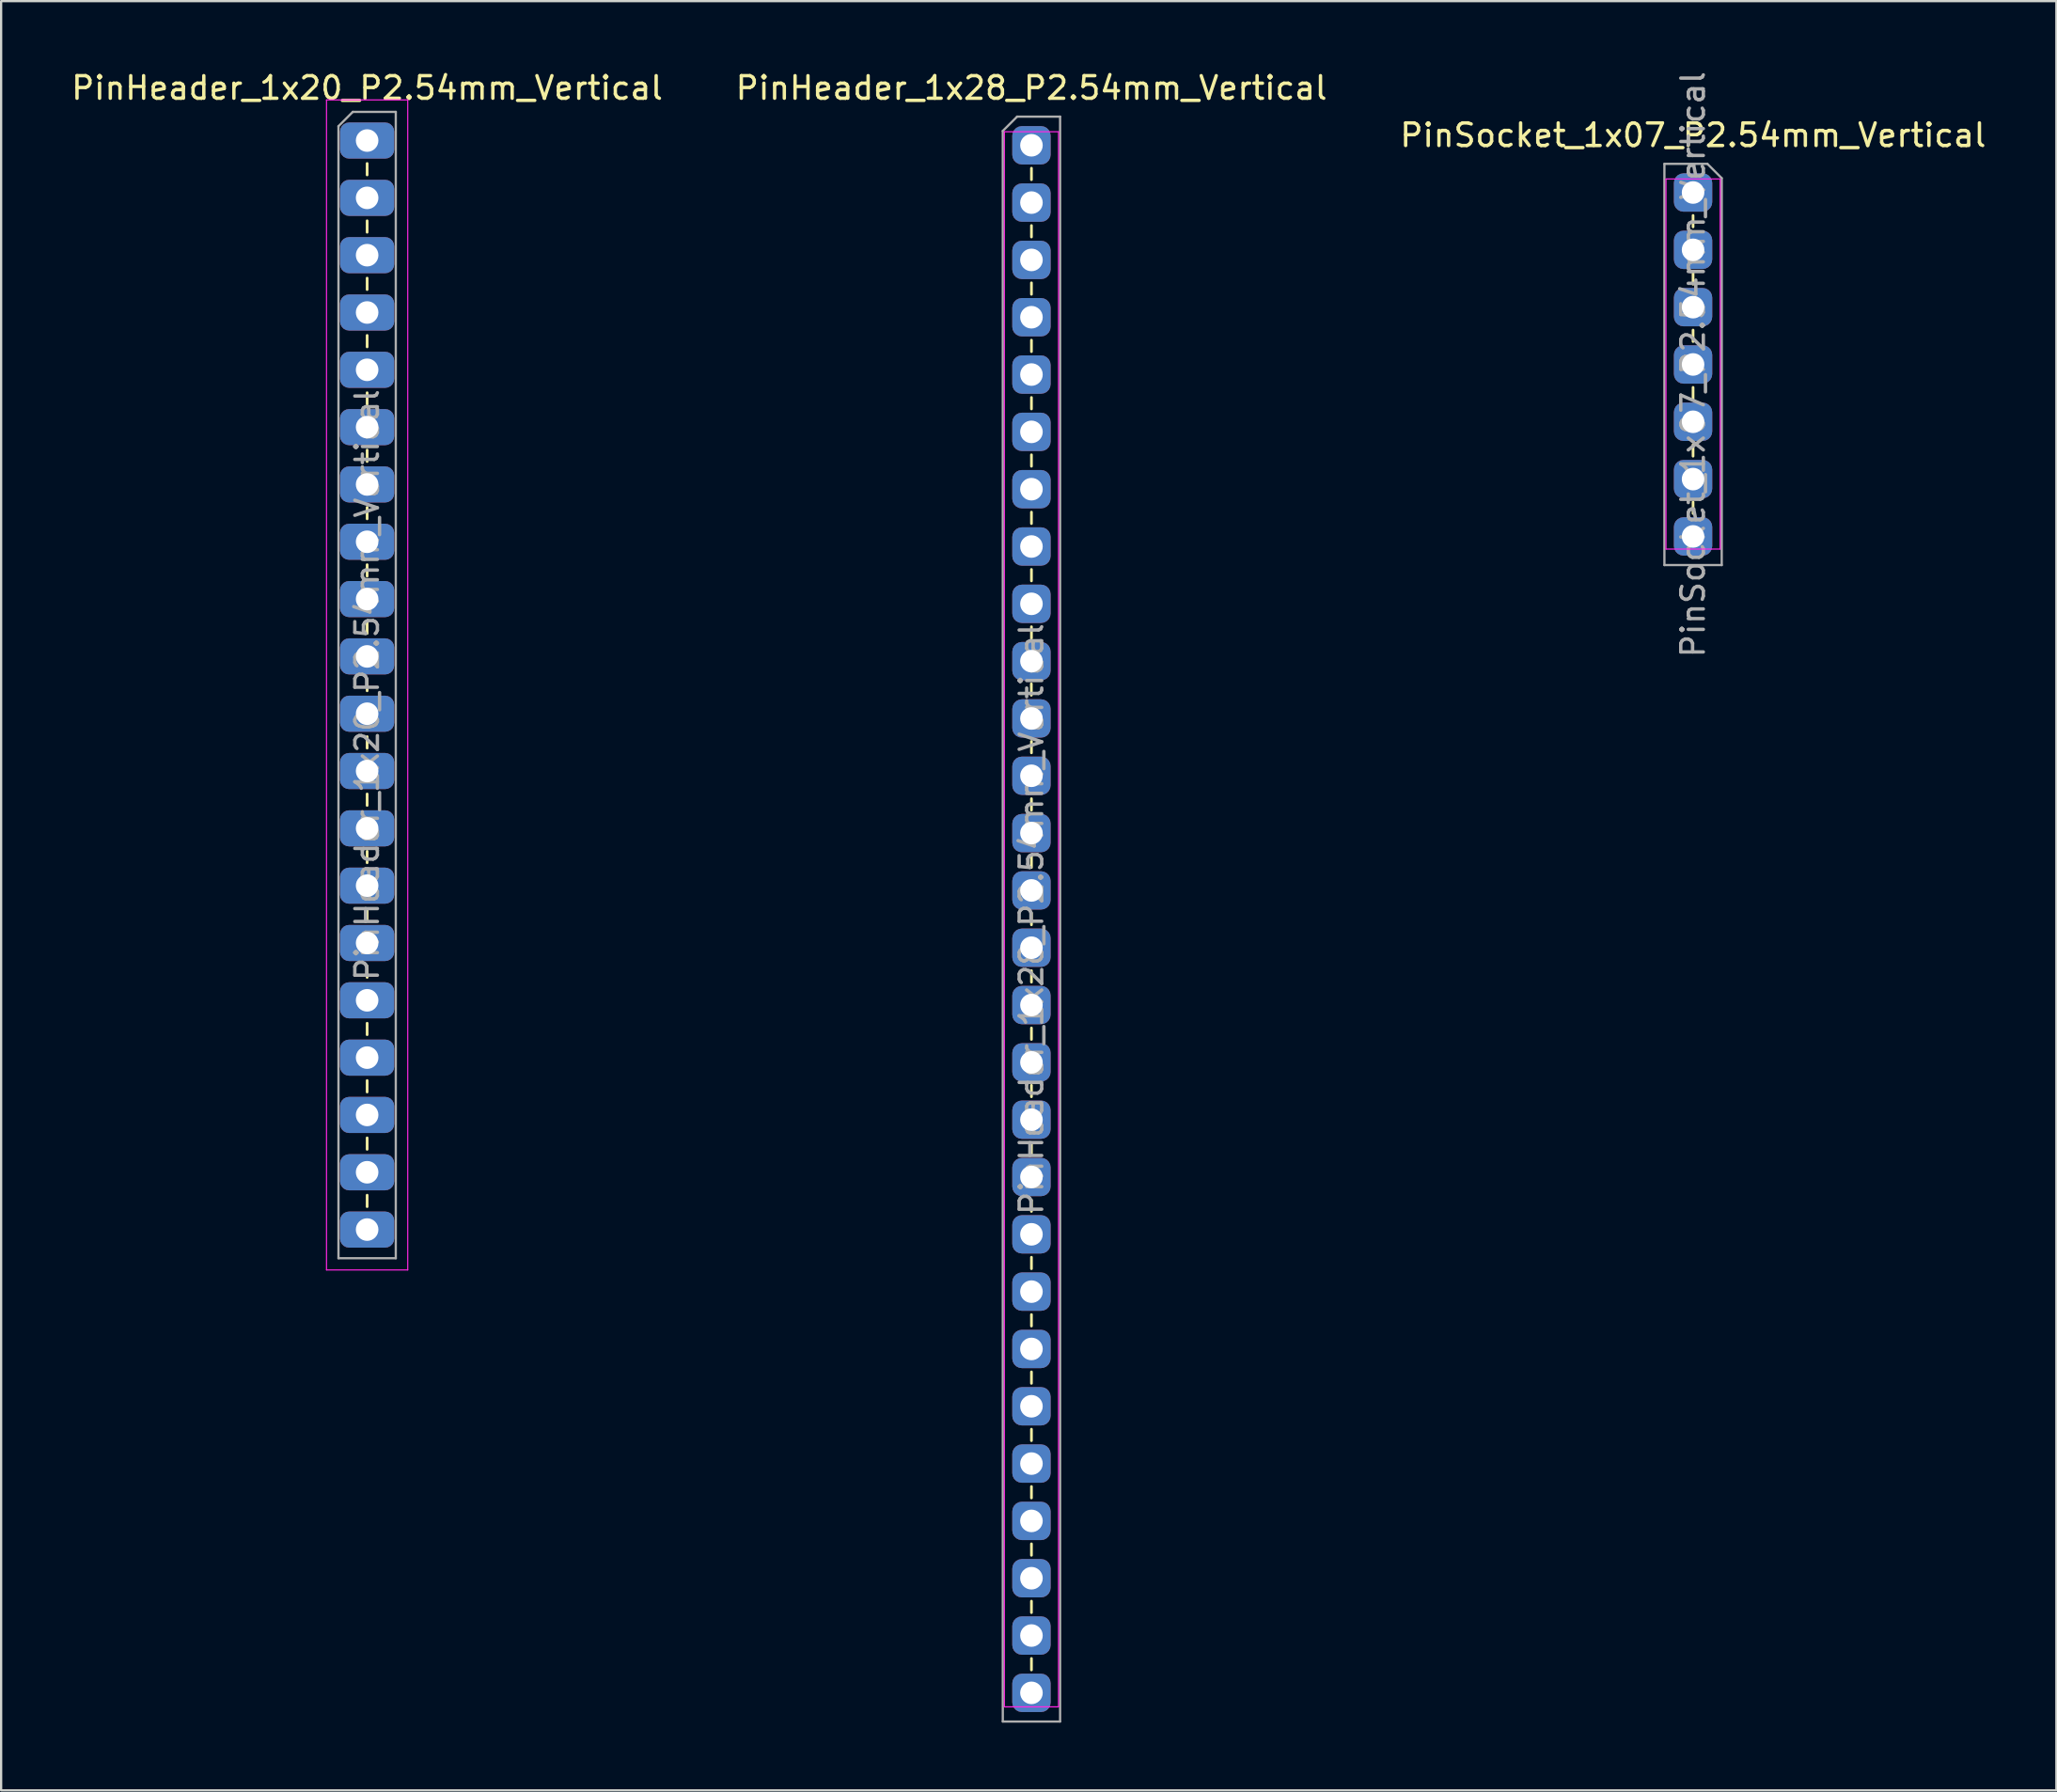
<source format=kicad_pcb>
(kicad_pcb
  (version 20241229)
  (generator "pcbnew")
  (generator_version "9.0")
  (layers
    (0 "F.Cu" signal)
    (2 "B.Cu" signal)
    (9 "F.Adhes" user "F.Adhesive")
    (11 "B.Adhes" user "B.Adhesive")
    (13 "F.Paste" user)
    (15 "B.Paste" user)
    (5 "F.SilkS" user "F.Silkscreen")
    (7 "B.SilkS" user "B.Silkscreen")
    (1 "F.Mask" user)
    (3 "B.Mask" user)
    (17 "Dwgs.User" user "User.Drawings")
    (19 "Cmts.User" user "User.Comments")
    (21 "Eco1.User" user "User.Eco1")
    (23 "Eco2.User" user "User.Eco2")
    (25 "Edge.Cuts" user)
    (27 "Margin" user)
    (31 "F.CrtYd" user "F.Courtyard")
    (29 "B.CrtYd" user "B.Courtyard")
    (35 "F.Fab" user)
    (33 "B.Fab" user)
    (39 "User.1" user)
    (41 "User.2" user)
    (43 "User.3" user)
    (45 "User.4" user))
  (footprint "PinHeader_1x28_P2.54mm_Vertical"
    (layer "F.Cu")
    (at 42.661 3.388)
    (property "Reference" "PinHeader_1x28_P2.54mm_Vertical" (at 0 -2.54 180) (layer "F.SilkS") (effects (font (size 1 1) (thickness 0.15))))
    (attr through_hole)
    (fp_line (start -0.005 23.864) (end -0.005 24.372) (stroke (width 0.12) (type solid)) (layer "F.SilkS"))
    (fp_line (start 0 1.016) (end 0 1.524) (stroke (width 0.12) (type solid)) (layer "F.SilkS"))
    (fp_line (start 0 3.556) (end 0 4.064) (stroke (width 0.12) (type solid)) (layer "F.SilkS"))
    (fp_line (start 0 6.096) (end 0 6.604) (stroke (width 0.12) (type solid)) (layer "F.SilkS"))
    (fp_line (start 0 8.636) (end 0 9.144) (stroke (width 0.12) (type solid)) (layer "F.SilkS"))
    (fp_line (start 0 11.176) (end 0 11.684) (stroke (width 0.12) (type solid)) (layer "F.SilkS"))
    (fp_line (start 0 13.716) (end 0 14.224) (stroke (width 0.12) (type solid)) (layer "F.SilkS"))
    (fp_line (start 0 16.256) (end 0 16.764) (stroke (width 0.12) (type solid)) (layer "F.SilkS"))
    (fp_line (start 0 18.796) (end 0 19.304) (stroke (width 0.12) (type solid)) (layer "F.SilkS"))
    (fp_line (start 0 21.336) (end 0 21.844) (stroke (width 0.12) (type solid)) (layer "F.SilkS"))
    (fp_line (start 0 26.416) (end 0 26.924) (stroke (width 0.12) (type solid)) (layer "F.SilkS"))
    (fp_line (start 0 28.956) (end 0 29.464) (stroke (width 0.12) (type solid)) (layer "F.SilkS"))
    (fp_line (start 0 31.496) (end 0 32.004) (stroke (width 0.12) (type solid)) (layer "F.SilkS"))
    (fp_line (start 0 34.036) (end 0 34.544) (stroke (width 0.12) (type solid)) (layer "F.SilkS"))
    (fp_line (start 0 36.576) (end 0 37.084) (stroke (width 0.12) (type solid)) (layer "F.SilkS"))
    (fp_line (start 0 39.116) (end 0 39.624) (stroke (width 0.12) (type solid)) (layer "F.SilkS"))
    (fp_line (start 0 41.656) (end 0 42.164) (stroke (width 0.12) (type solid)) (layer "F.SilkS"))
    (fp_line (start 0 44.196) (end 0 44.704) (stroke (width 0.12) (type solid)) (layer "F.SilkS"))
    (fp_line (start 0 46.736) (end 0 47.244) (stroke (width 0.12) (type solid)) (layer "F.SilkS"))
    (fp_line (start 0 49.276) (end 0 49.784) (stroke (width 0.12) (type solid)) (layer "F.SilkS"))
    (fp_line (start 0 51.816) (end 0 52.324) (stroke (width 0.12) (type solid)) (layer "F.SilkS"))
    (fp_line (start 0 54.356) (end 0 54.864) (stroke (width 0.12) (type solid)) (layer "F.SilkS"))
    (fp_line (start 0 56.896) (end 0 57.404) (stroke (width 0.12) (type solid)) (layer "F.SilkS"))
    (fp_line (start 0 59.436) (end 0 59.944) (stroke (width 0.12) (type solid)) (layer "F.SilkS"))
    (fp_line (start 0 61.976) (end 0 62.484) (stroke (width 0.12) (type solid)) (layer "F.SilkS"))
    (fp_line (start 0 64.516) (end 0 65.024) (stroke (width 0.12) (type solid)) (layer "F.SilkS"))
    (fp_line (start 0 67.056) (end 0 67.564) (stroke (width 0.12) (type solid)) (layer "F.SilkS"))
    (fp_line (start -1.2 -0.6) (end -1.2 69.2) (stroke (width 0.05) (type solid)) (layer "F.CrtYd"))
    (fp_line (start -1.2 69.2) (end 1.2 69.2) (stroke (width 0.05) (type solid)) (layer "F.CrtYd"))
    (fp_line (start 1.2 -0.6) (end -1.2 -0.6) (stroke (width 0.05) (type solid)) (layer "F.CrtYd"))
    (fp_line (start 1.2 69.2) (end 1.2 -0.6) (stroke (width 0.05) (type solid)) (layer "F.CrtYd"))
    (fp_line (start -1.27 -0.635) (end -0.635 -1.27) (stroke (width 0.1) (type solid)) (layer "F.Fab"))
    (fp_line (start -1.27 69.85) (end -1.27 -0.635) (stroke (width 0.1) (type solid)) (layer "F.Fab"))
    (fp_line (start -0.635 -1.27) (end 1.27 -1.27) (stroke (width 0.1) (type solid)) (layer "F.Fab"))
    (fp_line (start 1.27 -1.27) (end 1.27 69.85) (stroke (width 0.1) (type solid)) (layer "F.Fab"))
    (fp_line (start 1.27 69.85) (end -1.27 69.85) (stroke (width 0.1) (type solid)) (layer "F.Fab"))
    (fp_text user "${REFERENCE}" (at 0 34.29 90) (layer "F.Fab") (effects (font (size 1 1) (thickness 0.15))))
    (pad "1" thru_hole roundrect (at 0 0) (size 1.7 1.7) (drill 1) (layers "*.Cu" "*.Mask") (roundrect_rratio 0.25))
    (pad "2" thru_hole roundrect (at 0 2.54) (size 1.7 1.7) (drill 1) (layers "*.Cu" "*.Mask") (roundrect_rratio 0.25))
    (pad "3" thru_hole roundrect (at 0 5.08) (size 1.7 1.7) (drill 1) (layers "*.Cu" "*.Mask") (roundrect_rratio 0.25))
    (pad "4" thru_hole roundrect (at 0 7.62) (size 1.7 1.7) (drill 1) (layers "*.Cu" "*.Mask") (roundrect_rratio 0.25))
    (pad "5" thru_hole roundrect (at 0 10.16) (size 1.7 1.7) (drill 1) (layers "*.Cu" "*.Mask") (roundrect_rratio 0.25))
    (pad "6" thru_hole roundrect (at 0 12.7) (size 1.7 1.7) (drill 1) (layers "*.Cu" "*.Mask") (roundrect_rratio 0.25))
    (pad "7" thru_hole roundrect (at 0 15.24) (size 1.7 1.7) (drill 1) (layers "*.Cu" "*.Mask") (roundrect_rratio 0.25))
    (pad "8" thru_hole roundrect (at 0 17.78) (size 1.7 1.7) (drill 1) (layers "*.Cu" "*.Mask") (roundrect_rratio 0.25))
    (pad "9" thru_hole roundrect (at 0 20.32) (size 1.7 1.7) (drill 1) (layers "*.Cu" "*.Mask") (roundrect_rratio 0.25))
    (pad "10" thru_hole roundrect (at 0 22.86) (size 1.7 1.7) (drill 1) (layers "*.Cu" "*.Mask") (roundrect_rratio 0.25))
    (pad "11" thru_hole roundrect (at 0 25.4) (size 1.7 1.7) (drill 1) (layers "*.Cu" "*.Mask") (roundrect_rratio 0.25))
    (pad "12" thru_hole roundrect (at 0 27.94) (size 1.7 1.7) (drill 1) (layers "*.Cu" "*.Mask") (roundrect_rratio 0.25))
    (pad "13" thru_hole roundrect (at 0 30.48) (size 1.7 1.7) (drill 1) (layers "*.Cu" "*.Mask") (roundrect_rratio 0.25))
    (pad "14" thru_hole roundrect (at 0 33.02) (size 1.7 1.7) (drill 1) (layers "*.Cu" "*.Mask") (roundrect_rratio 0.25))
    (pad "15" thru_hole roundrect (at 0 35.56) (size 1.7 1.7) (drill 1) (layers "*.Cu" "*.Mask") (roundrect_rratio 0.25))
    (pad "16" thru_hole roundrect (at 0 38.1) (size 1.7 1.7) (drill 1) (layers "*.Cu" "*.Mask") (roundrect_rratio 0.25))
    (pad "17" thru_hole roundrect (at 0 40.64) (size 1.7 1.7) (drill 1) (layers "*.Cu" "*.Mask") (roundrect_rratio 0.25))
    (pad "18" thru_hole roundrect (at 0 43.18) (size 1.7 1.7) (drill 1) (layers "*.Cu" "*.Mask") (roundrect_rratio 0.25))
    (pad "19" thru_hole roundrect (at 0 45.72) (size 1.7 1.7) (drill 1) (layers "*.Cu" "*.Mask") (roundrect_rratio 0.25))
    (pad "20" thru_hole roundrect (at 0 48.26) (size 1.7 1.7) (drill 1) (layers "*.Cu" "*.Mask") (roundrect_rratio 0.25))
    (pad "21" thru_hole roundrect (at 0 50.8) (size 1.7 1.7) (drill 1) (layers "*.Cu" "*.Mask") (roundrect_rratio 0.25))
    (pad "22" thru_hole roundrect (at 0 53.34) (size 1.7 1.7) (drill 1) (layers "*.Cu" "*.Mask") (roundrect_rratio 0.25))
    (pad "23" thru_hole roundrect (at 0 55.88) (size 1.7 1.7) (drill 1) (layers "*.Cu" "*.Mask") (roundrect_rratio 0.25))
    (pad "24" thru_hole roundrect (at 0 58.42) (size 1.7 1.7) (drill 1) (layers "*.Cu" "*.Mask") (roundrect_rratio 0.25))
    (pad "25" thru_hole roundrect (at 0 60.96) (size 1.7 1.7) (drill 1) (layers "*.Cu" "*.Mask") (roundrect_rratio 0.25))
    (pad "26" thru_hole roundrect (at 0 63.5) (size 1.7 1.7) (drill 1) (layers "*.Cu" "*.Mask") (roundrect_rratio 0.25))
    (pad "27" thru_hole roundrect (at 0 66.04) (size 1.7 1.7) (drill 1) (layers "*.Cu" "*.Mask") (roundrect_rratio 0.25))
    (pad "28" thru_hole roundrect (at 0 68.58) (size 1.7 1.7) (drill 1) (layers "*.Cu" "*.Mask") (roundrect_rratio 0.25)))
  (footprint "PinHeader_1x20_P2.54mm_Vertical"
    (layer "F.Cu")
    (at 13.22 3.178)
    (property "Reference" "PinHeader_1x20_P2.54mm_Vertical" (at 0 -2.33 0) (layer "F.SilkS") (effects (font (size 1 1) (thickness 0.15))))
    (attr through_hole)
    (fp_line (start 0 1.016) (end 0 1.524) (stroke (width 0.12) (type solid)) (layer "F.SilkS"))
    (fp_line (start 0 3.556) (end 0 4.064) (stroke (width 0.12) (type solid)) (layer "F.SilkS"))
    (fp_line (start 0 6.096) (end 0 6.604) (stroke (width 0.12) (type solid)) (layer "F.SilkS"))
    (fp_line (start 0 8.636) (end 0 9.144) (stroke (width 0.12) (type solid)) (layer "F.SilkS"))
    (fp_line (start 0 11.176) (end 0 11.684) (stroke (width 0.12) (type solid)) (layer "F.SilkS"))
    (fp_line (start 0 13.716) (end 0 14.224) (stroke (width 0.12) (type solid)) (layer "F.SilkS"))
    (fp_line (start 0 16.256) (end 0 16.764) (stroke (width 0.12) (type solid)) (layer "F.SilkS"))
    (fp_line (start 0 18.796) (end 0 19.304) (stroke (width 0.12) (type solid)) (layer "F.SilkS"))
    (fp_line (start 0 21.336) (end 0 21.844) (stroke (width 0.12) (type solid)) (layer "F.SilkS"))
    (fp_line (start 0 23.876) (end 0 24.384) (stroke (width 0.12) (type solid)) (layer "F.SilkS"))
    (fp_line (start 0 26.416) (end 0 26.924) (stroke (width 0.12) (type solid)) (layer "F.SilkS"))
    (fp_line (start 0 28.956) (end 0 29.464) (stroke (width 0.12) (type solid)) (layer "F.SilkS"))
    (fp_line (start 0 31.496) (end 0 32.004) (stroke (width 0.12) (type solid)) (layer "F.SilkS"))
    (fp_line (start 0 34.036) (end 0 34.544) (stroke (width 0.12) (type solid)) (layer "F.SilkS"))
    (fp_line (start 0 36.576) (end 0 37.084) (stroke (width 0.12) (type solid)) (layer "F.SilkS"))
    (fp_line (start 0 39.116) (end 0 39.624) (stroke (width 0.12) (type solid)) (layer "F.SilkS"))
    (fp_line (start 0 41.656) (end 0 42.164) (stroke (width 0.12) (type solid)) (layer "F.SilkS"))
    (fp_line (start 0 44.196) (end 0 44.704) (stroke (width 0.12) (type solid)) (layer "F.SilkS"))
    (fp_line (start 0 46.736) (end 0 47.244) (stroke (width 0.12) (type solid)) (layer "F.SilkS"))
    (fp_line (start -1.8 -1.8) (end -1.8 50.05) (stroke (width 0.05) (type solid)) (layer "F.CrtYd"))
    (fp_line (start -1.8 50.05) (end 1.8 50.05) (stroke (width 0.05) (type solid)) (layer "F.CrtYd"))
    (fp_line (start 1.8 -1.8) (end -1.8 -1.8) (stroke (width 0.05) (type solid)) (layer "F.CrtYd"))
    (fp_line (start 1.8 50.05) (end 1.8 -1.8) (stroke (width 0.05) (type solid)) (layer "F.CrtYd"))
    (fp_line (start -1.27 -0.635) (end -0.635 -1.27) (stroke (width 0.1) (type solid)) (layer "F.Fab"))
    (fp_line (start -1.27 49.53) (end -1.27 -0.635) (stroke (width 0.1) (type solid)) (layer "F.Fab"))
    (fp_line (start -0.635 -1.27) (end 1.27 -1.27) (stroke (width 0.1) (type solid)) (layer "F.Fab"))
    (fp_line (start 1.27 -1.27) (end 1.27 49.53) (stroke (width 0.1) (type solid)) (layer "F.Fab"))
    (fp_line (start 1.27 49.53) (end -1.27 49.53) (stroke (width 0.1) (type solid)) (layer "F.Fab"))
    (fp_text user "${REFERENCE}" (at 0 24.13 90) (layer "F.Fab") (effects (font (size 1 1) (thickness 0.15))))
    (pad "1" thru_hole roundrect (at 0 0) (size 2.4 1.6) (drill 1) (layers "*.Cu" "*.Mask") (roundrect_rratio 0.25))
    (pad "2" thru_hole roundrect (at 0 2.54) (size 2.4 1.6) (drill 1) (layers "*.Cu" "*.Mask") (roundrect_rratio 0.25))
    (pad "3" thru_hole roundrect (at 0 5.08) (size 2.4 1.6) (drill 1) (layers "*.Cu" "*.Mask") (roundrect_rratio 0.25))
    (pad "4" thru_hole roundrect (at 0 7.62) (size 2.4 1.6) (drill 1) (layers "*.Cu" "*.Mask") (roundrect_rratio 0.25))
    (pad "5" thru_hole roundrect (at 0 10.16) (size 2.4 1.6) (drill 1) (layers "*.Cu" "*.Mask") (roundrect_rratio 0.25))
    (pad "6" thru_hole roundrect (at 0 12.7) (size 2.4 1.6) (drill 1) (layers "*.Cu" "*.Mask") (roundrect_rratio 0.25))
    (pad "7" thru_hole roundrect (at 0 15.24) (size 2.4 1.6) (drill 1) (layers "*.Cu" "*.Mask") (roundrect_rratio 0.25))
    (pad "8" thru_hole roundrect (at 0 17.78) (size 2.4 1.6) (drill 1) (layers "*.Cu" "*.Mask") (roundrect_rratio 0.25))
    (pad "9" thru_hole roundrect (at 0 20.32) (size 2.4 1.6) (drill 1) (layers "*.Cu" "*.Mask") (roundrect_rratio 0.25))
    (pad "10" thru_hole roundrect (at 0 22.86) (size 2.4 1.6) (drill 1) (layers "*.Cu" "*.Mask") (roundrect_rratio 0.25))
    (pad "11" thru_hole roundrect (at 0 25.4) (size 2.4 1.6) (drill 1) (layers "*.Cu" "*.Mask") (roundrect_rratio 0.25))
    (pad "12" thru_hole roundrect (at 0 27.94) (size 2.4 1.6) (drill 1) (layers "*.Cu" "*.Mask") (roundrect_rratio 0.25))
    (pad "13" thru_hole roundrect (at 0 30.48) (size 2.4 1.6) (drill 1) (layers "*.Cu" "*.Mask") (roundrect_rratio 0.25))
    (pad "14" thru_hole roundrect (at 0 33.02) (size 2.4 1.6) (drill 1) (layers "*.Cu" "*.Mask") (roundrect_rratio 0.25))
    (pad "15" thru_hole roundrect (at 0 35.56) (size 2.4 1.6) (drill 1) (layers "*.Cu" "*.Mask") (roundrect_rratio 0.25))
    (pad "16" thru_hole roundrect (at 0 38.1) (size 2.4 1.6) (drill 1) (layers "*.Cu" "*.Mask") (roundrect_rratio 0.25))
    (pad "17" thru_hole roundrect (at 0 40.64) (size 2.4 1.6) (drill 1) (layers "*.Cu" "*.Mask") (roundrect_rratio 0.25))
    (pad "18" thru_hole roundrect (at 0 43.18) (size 2.4 1.6) (drill 1) (layers "*.Cu" "*.Mask") (roundrect_rratio 0.25))
    (pad "19" thru_hole roundrect (at 0 45.72) (size 2.4 1.6) (drill 1) (layers "*.Cu" "*.Mask") (roundrect_rratio 0.25))
    (pad "20" thru_hole roundrect (at 0 48.26) (size 2.4 1.6) (drill 1) (layers "*.Cu" "*.Mask") (roundrect_rratio 0.25)))
  (footprint "PinSocket_1x07_P2.54mm_Vertical"
    (layer "F.Cu")
    (at 71.982 5.481)
    (property "Reference" "PinSocket_1x07_P2.54mm_Vertical" (at 0 -2.54 180) (layer "F.SilkS") (effects (font (size 1 1) (thickness 0.15))))
    (attr through_hole)
    (fp_line (start 0 1.016) (end 0 1.524) (stroke (width 0.12) (type solid)) (layer "F.SilkS"))
    (fp_line (start 0 3.556) (end 0 4.064) (stroke (width 0.12) (type solid)) (layer "F.SilkS"))
    (fp_line (start 0 6.096) (end 0 6.604) (stroke (width 0.12) (type solid)) (layer "F.SilkS"))
    (fp_line (start 0 8.636) (end 0 9.144) (stroke (width 0.12) (type solid)) (layer "F.SilkS"))
    (fp_line (start 0 11.176) (end 0 11.684) (stroke (width 0.12) (type solid)) (layer "F.SilkS"))
    (fp_line (start 0 13.716) (end 0 14.224) (stroke (width 0.12) (type solid)) (layer "F.SilkS"))
    (fp_line (start -1.2 -0.6) (end 1.2 -0.6) (stroke (width 0.05) (type solid)) (layer "F.CrtYd"))
    (fp_line (start -1.2 15.8) (end -1.2 -0.6) (stroke (width 0.05) (type solid)) (layer "F.CrtYd"))
    (fp_line (start 1.2 -0.6) (end 1.2 15.8) (stroke (width 0.05) (type solid)) (layer "F.CrtYd"))
    (fp_line (start 1.2 15.8) (end -1.2 15.8) (stroke (width 0.05) (type solid)) (layer "F.CrtYd"))
    (fp_line (start -1.27 -1.27) (end 0.635 -1.27) (stroke (width 0.1) (type solid)) (layer "F.Fab"))
    (fp_line (start -1.27 16.51) (end -1.27 -1.27) (stroke (width 0.1) (type solid)) (layer "F.Fab"))
    (fp_line (start 0.635 -1.27) (end 1.27 -0.635) (stroke (width 0.1) (type solid)) (layer "F.Fab"))
    (fp_line (start 1.27 -0.635) (end 1.27 16.51) (stroke (width 0.1) (type solid)) (layer "F.Fab"))
    (fp_line (start 1.27 16.51) (end -1.27 16.51) (stroke (width 0.1) (type solid)) (layer "F.Fab"))
    (fp_text user "${REFERENCE}" (at 0 7.62 270) (layer "F.Fab") (effects (font (size 1 1) (thickness 0.15))))
    (pad "1" thru_hole roundrect (at 0 0) (size 1.7 1.7) (drill 1) (layers "*.Cu" "*.Mask") (roundrect_rratio 0.25))
    (pad "2" thru_hole roundrect (at 0 2.54) (size 1.7 1.7) (drill 1) (layers "*.Cu" "*.Mask") (roundrect_rratio 0.25))
    (pad "3" thru_hole roundrect (at 0 5.08) (size 1.7 1.7) (drill 1) (layers "*.Cu" "*.Mask") (roundrect_rratio 0.25))
    (pad "4" thru_hole roundrect (at 0 7.62) (size 1.7 1.7) (drill 1) (layers "*.Cu" "*.Mask") (roundrect_rratio 0.25))
    (pad "5" thru_hole roundrect (at 0 10.16) (size 1.7 1.7) (drill 1) (layers "*.Cu" "*.Mask") (roundrect_rratio 0.25))
    (pad "6" thru_hole roundrect (at 0 12.7) (size 1.7 1.7) (drill 1) (layers "*.Cu" "*.Mask") (roundrect_rratio 0.25))
    (pad "7" thru_hole roundrect (at 0 15.24) (size 1.7 1.7) (drill 1) (layers "*.Cu" "*.Mask") (roundrect_rratio 0.25)))
  (gr_rect
    (start -3 -3)
    (end 88.083 76.288)
    (stroke (width 0.1) (type default))
    (fill no)
    (layer "Edge.Cuts")))
</source>
